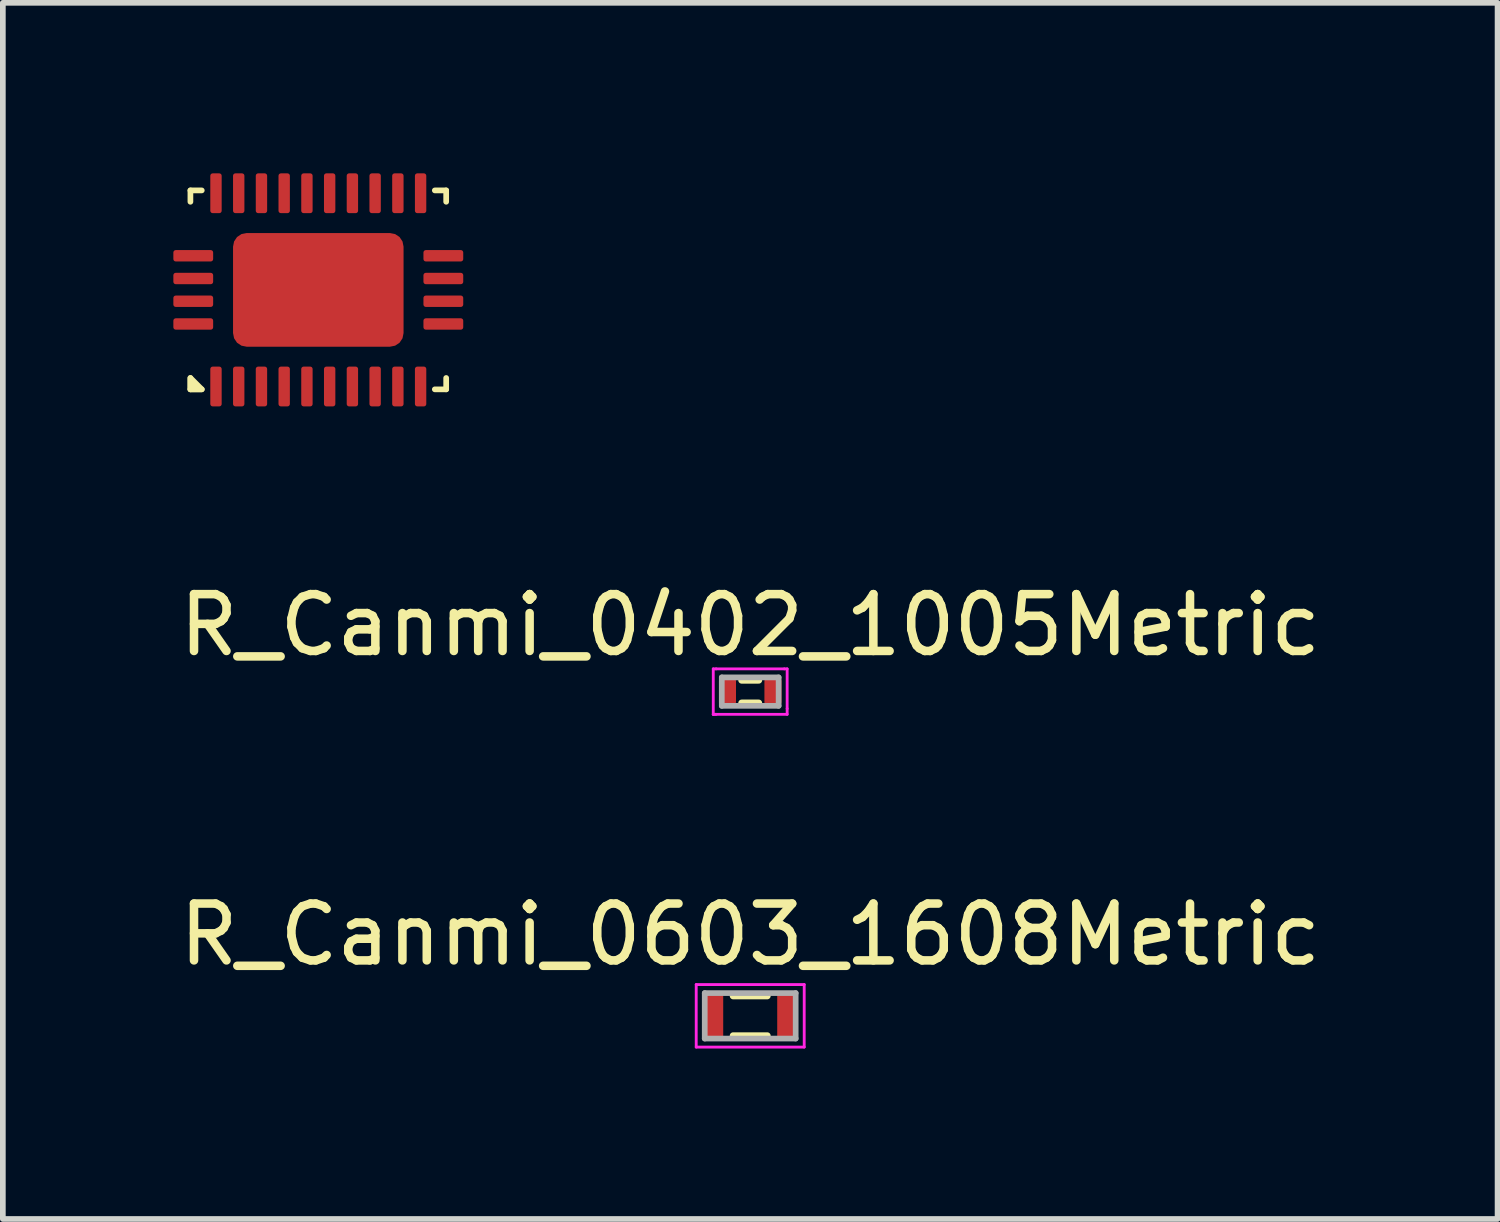
<source format=kicad_pcb>
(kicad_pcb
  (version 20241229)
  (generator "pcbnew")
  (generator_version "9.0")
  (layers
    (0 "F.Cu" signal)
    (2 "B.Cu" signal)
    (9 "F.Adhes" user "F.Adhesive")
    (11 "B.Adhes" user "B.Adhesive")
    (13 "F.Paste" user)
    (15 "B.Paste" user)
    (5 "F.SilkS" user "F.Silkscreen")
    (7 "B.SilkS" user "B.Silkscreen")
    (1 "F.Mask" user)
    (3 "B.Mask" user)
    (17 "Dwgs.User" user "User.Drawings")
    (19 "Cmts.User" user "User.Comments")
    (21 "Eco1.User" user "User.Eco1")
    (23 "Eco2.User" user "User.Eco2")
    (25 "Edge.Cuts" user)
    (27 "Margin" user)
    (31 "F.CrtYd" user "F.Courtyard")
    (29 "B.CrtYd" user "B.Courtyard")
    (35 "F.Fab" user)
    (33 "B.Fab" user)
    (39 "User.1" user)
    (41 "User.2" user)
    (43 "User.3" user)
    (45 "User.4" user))
  (footprint "R_Canmi_0402_1005Metric"
    (layer "F.Cu")
    (at 10.149 9.118)
    (property "Reference" "R_Canmi_0402_1005Metric" (at 0 -1.17 0) (layer "F.SilkS") (effects (font (size 1 1) (thickness 0.15))))
    (attr smd)
    (fp_line (start -0.15 -0.2) (end 0.15 -0.2) (stroke (width 0.12) (type solid)) (layer "F.SilkS"))
    (fp_line (start -0.15 0.2) (end 0.15 0.2) (stroke (width 0.12) (type solid)) (layer "F.SilkS"))
    (fp_line (start -0.65 -0.4) (end -0.6 -0.4) (stroke (width 0.05) (type default)) (layer "F.CrtYd"))
    (fp_line (start -0.65 0.4) (end -0.65 -0.4) (stroke (width 0.05) (type default)) (layer "F.CrtYd"))
    (fp_line (start -0.6 -0.4) (end 0.6 -0.4) (stroke (width 0.05) (type default)) (layer "F.CrtYd"))
    (fp_line (start -0.6 0.4) (end -0.65 0.4) (stroke (width 0.05) (type default)) (layer "F.CrtYd"))
    (fp_line (start 0.6 -0.4) (end 0.65 -0.4) (stroke (width 0.05) (type default)) (layer "F.CrtYd"))
    (fp_line (start 0.65 -0.4) (end 0.65 0.3) (stroke (width 0.05) (type default)) (layer "F.CrtYd"))
    (fp_line (start 0.65 0.3) (end 0.65 0.4) (stroke (width 0.05) (type default)) (layer "F.CrtYd"))
    (fp_line (start 0.65 0.4) (end -0.65 0.4) (stroke (width 0.05) (type default)) (layer "F.CrtYd"))
    (fp_line (start -0.5 -0.25) (end 0.5 -0.25) (stroke (width 0.1) (type solid)) (layer "F.Fab"))
    (fp_line (start -0.5 0.25) (end -0.5 -0.25) (stroke (width 0.1) (type solid)) (layer "F.Fab"))
    (fp_line (start 0.5 -0.25) (end 0.5 0.25) (stroke (width 0.1) (type solid)) (layer "F.Fab"))
    (fp_line (start 0.5 0.25) (end -0.5 0.25) (stroke (width 0.1) (type solid)) (layer "F.Fab"))
    (fp_text user "${REFERENCE}" (at 0 0 0) (layer "User.9") (effects (font (size 0.25 0.25) (thickness 0.04))))
    (pad "1" smd roundrect (at -0.4 0) (size 0.3 0.5) (layers "F.Cu" "F.Mask" "F.Paste") (roundrect_rratio 0.21))
    (pad "2" smd roundrect (at 0.4 0) (size 0.3 0.5) (layers "F.Cu" "F.Mask" "F.Paste") (roundrect_rratio 0.21)))
  (footprint "R_Canmi_0603_1608Metric"
    (layer "F.Cu")
    (at 10.149 14.822)
    (property "Reference" "R_Canmi_0603_1608Metric" (at 0 -1.43 0) (layer "F.SilkS") (effects (font (size 1 1) (thickness 0.15))))
    (attr smd)
    (fp_line (start 0.3 -0.35) (end -0.3 -0.35) (stroke (width 0.12) (type solid)) (layer "F.SilkS"))
    (fp_line (start 0.3 0.35) (end -0.3 0.35) (stroke (width 0.12) (type solid)) (layer "F.SilkS"))
    (fp_line (start -0.95 -0.55) (end 0.95 -0.55) (stroke (width 0.05) (type solid)) (layer "F.CrtYd"))
    (fp_line (start -0.95 0.55) (end -0.95 -0.55) (stroke (width 0.05) (type solid)) (layer "F.CrtYd"))
    (fp_line (start 0.95 -0.55) (end 0.95 0.55) (stroke (width 0.05) (type solid)) (layer "F.CrtYd"))
    (fp_line (start 0.95 0.55) (end -0.95 0.55) (stroke (width 0.05) (type solid)) (layer "F.CrtYd"))
    (fp_line (start -0.8 -0.4) (end 0.8 -0.4) (stroke (width 0.1) (type solid)) (layer "F.Fab"))
    (fp_line (start -0.8 0.4) (end -0.8 -0.4) (stroke (width 0.1) (type solid)) (layer "F.Fab"))
    (fp_line (start 0.8 -0.4) (end 0.8 0.4) (stroke (width 0.1) (type solid)) (layer "F.Fab"))
    (fp_line (start 0.8 0.4) (end -0.8 0.4) (stroke (width 0.1) (type solid)) (layer "F.Fab"))
    (fp_text user "${REFERENCE}" (at 0 0 0) (layer "User.9") (effects (font (size 0.4 0.4) (thickness 0.06))))
    (pad "1" smd roundrect (at -0.65 0) (size 0.35 0.85) (layers "F.Cu" "F.Mask" "F.Paste") (roundrect_rratio 0.21))
    (pad "2" smd roundrect (at 0.65 0) (size 0.35 0.85) (layers "F.Cu" "F.Mask" "F.Paste") (roundrect_rratio 0.21)))
  (footprint "MQFN-28_L4.5-W3.5-P0.40-BL-EP"
    (layer "F.Cu")
    (at 2.55 2.05)
    (property "Reference" "MQFN-28_L4.5-W3.5-P0.40-BL-EP" (at 0 -2.75 0) (layer "User.8") (effects (font (size 1 1) (thickness 0.15))))
    (fp_line (start -2.25 -1.75) (end -2.05 -1.75) (stroke (width 0.1) (type default)) (layer "F.SilkS"))
    (fp_line (start -2.25 -1.55) (end -2.25 -1.75) (stroke (width 0.1) (type default)) (layer "F.SilkS"))
    (fp_line (start -2.25 1.75) (end -2.25 1.55) (stroke (width 0.1) (type default)) (layer "F.SilkS"))
    (fp_line (start -2.05 1.75) (end -2.25 1.75) (stroke (width 0.1) (type default)) (layer "F.SilkS"))
    (fp_line (start 2.05 -1.75) (end 2.25 -1.75) (stroke (width 0.1) (type default)) (layer "F.SilkS"))
    (fp_line (start 2.25 -1.75) (end 2.25 -1.55) (stroke (width 0.1) (type default)) (layer "F.SilkS"))
    (fp_line (start 2.25 1.55) (end 2.25 1.75) (stroke (width 0.1) (type default)) (layer "F.SilkS"))
    (fp_line (start 2.25 1.75) (end 2.05 1.75) (stroke (width 0.1) (type default)) (layer "F.SilkS"))
    (fp_poly (pts (xy -2.25 1.55) (xy -2.25 1.75) (xy -2.05 1.75)) (stroke (width 0.1) (type solid)) (fill yes) (layer "F.SilkS"))
    (fp_line (start -2.25 -1.75) (end 2.25 -1.75) (stroke (width 0.051) (type default)) (layer "User.2"))
    (fp_line (start -2.25 1.75) (end -2.25 -1.75) (stroke (width 0.051) (type default)) (layer "User.2"))
    (fp_line (start 2.25 -1.75) (end 2.25 1.75) (stroke (width 0.051) (type default)) (layer "User.2"))
    (fp_line (start 2.25 1.75) (end -2.25 1.75) (stroke (width 0.051) (type default)) (layer "User.2"))
    (fp_poly (pts (xy -2.19 1.75) (xy -2.208 1.708) (xy -2.25 1.69) (xy -2.292 1.708) (xy -2.31 1.75) (xy -2.292 1.792) (xy -2.25 1.81) (xy -2.208 1.792)) (stroke (width 0.1) (type default)) (fill no) (layer "User.3"))
    (pad "" smd roundrect (at -0.9 -0.45) (size 0.7 0.65) (layers "F.Paste") (roundrect_rratio 0.12))
    (pad "" smd roundrect (at -0.9 0.4) (size 0.7 0.65) (layers "F.Paste") (roundrect_rratio 0.12))
    (pad "" smd roundrect (at 0 -0.45) (size 0.7 0.65) (layers "F.Paste") (roundrect_rratio 0.12))
    (pad "" smd roundrect (at 0 0.4) (size 0.7 0.65) (layers "F.Paste") (roundrect_rratio 0.12))
    (pad "" smd roundrect (at 0.9 -0.45) (size 0.7 0.65) (layers "F.Paste") (roundrect_rratio 0.12))
    (pad "" smd roundrect (at 0.9 0.4) (size 0.7 0.65) (layers "F.Paste") (roundrect_rratio 0.12))
    (pad "1" smd roundrect (at -1.8 1.7) (size 0.2 0.7) (layers "F.Cu" "F.Mask" "F.Paste") (roundrect_rratio 0.21))
    (pad "2" smd roundrect (at -1.4 1.7) (size 0.2 0.7) (layers "F.Cu" "F.Mask" "F.Paste") (roundrect_rratio 0.21))
    (pad "3" smd roundrect (at -1 1.7) (size 0.2 0.7) (layers "F.Cu" "F.Mask" "F.Paste") (roundrect_rratio 0.21))
    (pad "4" smd roundrect (at -0.6 1.7) (size 0.2 0.7) (layers "F.Cu" "F.Mask" "F.Paste") (roundrect_rratio 0.21))
    (pad "5" smd roundrect (at -0.2 1.7) (size 0.2 0.7) (layers "F.Cu" "F.Mask" "F.Paste") (roundrect_rratio 0.21))
    (pad "6" smd roundrect (at 0.2 1.7) (size 0.2 0.7) (layers "F.Cu" "F.Mask" "F.Paste") (roundrect_rratio 0.21))
    (pad "7" smd roundrect (at 0.6 1.7) (size 0.2 0.7) (layers "F.Cu" "F.Mask" "F.Paste") (roundrect_rratio 0.21))
    (pad "8" smd roundrect (at 1 1.7) (size 0.2 0.7) (layers "F.Cu" "F.Mask" "F.Paste") (roundrect_rratio 0.21))
    (pad "9" smd roundrect (at 1.4 1.7) (size 0.2 0.7) (layers "F.Cu" "F.Mask" "F.Paste") (roundrect_rratio 0.21))
    (pad "10" smd roundrect (at 1.8 1.7) (size 0.2 0.7) (layers "F.Cu" "F.Mask" "F.Paste") (roundrect_rratio 0.21))
    (pad "11" smd roundrect (at 2.2 0.6) (size 0.7 0.2) (layers "F.Cu" "F.Mask" "F.Paste") (roundrect_rratio 0.21))
    (pad "12" smd roundrect (at 2.2 0.2) (size 0.7 0.2) (layers "F.Cu" "F.Mask" "F.Paste") (roundrect_rratio 0.21))
    (pad "13" smd roundrect (at 2.2 -0.2) (size 0.7 0.2) (layers "F.Cu" "F.Mask" "F.Paste") (roundrect_rratio 0.21))
    (pad "14" smd roundrect (at 2.2 -0.6) (size 0.7 0.2) (layers "F.Cu" "F.Mask" "F.Paste") (roundrect_rratio 0.21))
    (pad "15" smd roundrect (at 1.8 -1.7) (size 0.2 0.7) (layers "F.Cu" "F.Mask" "F.Paste") (roundrect_rratio 0.21))
    (pad "16" smd roundrect (at 1.4 -1.7) (size 0.2 0.7) (layers "F.Cu" "F.Mask" "F.Paste") (roundrect_rratio 0.21))
    (pad "17" smd roundrect (at 1 -1.7) (size 0.2 0.7) (layers "F.Cu" "F.Mask" "F.Paste") (roundrect_rratio 0.21))
    (pad "18" smd roundrect (at 0.6 -1.7) (size 0.2 0.7) (layers "F.Cu" "F.Mask" "F.Paste") (roundrect_rratio 0.21))
    (pad "19" smd roundrect (at 0.2 -1.7) (size 0.2 0.7) (layers "F.Cu" "F.Mask" "F.Paste") (roundrect_rratio 0.21))
    (pad "20" smd roundrect (at -0.2 -1.7) (size 0.2 0.7) (layers "F.Cu" "F.Mask" "F.Paste") (roundrect_rratio 0.21))
    (pad "21" smd roundrect (at -0.6 -1.7) (size 0.2 0.7) (layers "F.Cu" "F.Mask" "F.Paste") (roundrect_rratio 0.21))
    (pad "22" smd roundrect (at -1 -1.7) (size 0.2 0.7) (layers "F.Cu" "F.Mask" "F.Paste") (roundrect_rratio 0.21))
    (pad "23" smd roundrect (at -1.4 -1.7) (size 0.2 0.7) (layers "F.Cu" "F.Mask" "F.Paste") (roundrect_rratio 0.21))
    (pad "24" smd roundrect (at -1.8 -1.7) (size 0.2 0.7) (layers "F.Cu" "F.Mask" "F.Paste") (roundrect_rratio 0.21))
    (pad "25" smd roundrect (at -2.2 -0.6) (size 0.7 0.2) (layers "F.Cu" "F.Mask" "F.Paste") (roundrect_rratio 0.21))
    (pad "26" smd roundrect (at -2.2 -0.2) (size 0.7 0.2) (layers "F.Cu" "F.Mask" "F.Paste") (roundrect_rratio 0.21))
    (pad "27" smd roundrect (at -2.2 0.2) (size 0.7 0.2) (layers "F.Cu" "F.Mask" "F.Paste") (roundrect_rratio 0.21))
    (pad "28" smd roundrect (at -2.2 0.6) (size 0.7 0.2) (layers "F.Cu" "F.Mask" "F.Paste") (roundrect_rratio 0.21))
    (pad "29" smd roundrect (at 0 0) (size 3 2) (layers "F.Cu" "F.Mask") (roundrect_rratio 0.12)))
  (gr_rect
    (start -3 -3)
    (end 23.298 18.396)
    (stroke (width 0.1) (type default))
    (fill no)
    (layer "Edge.Cuts")))
</source>
